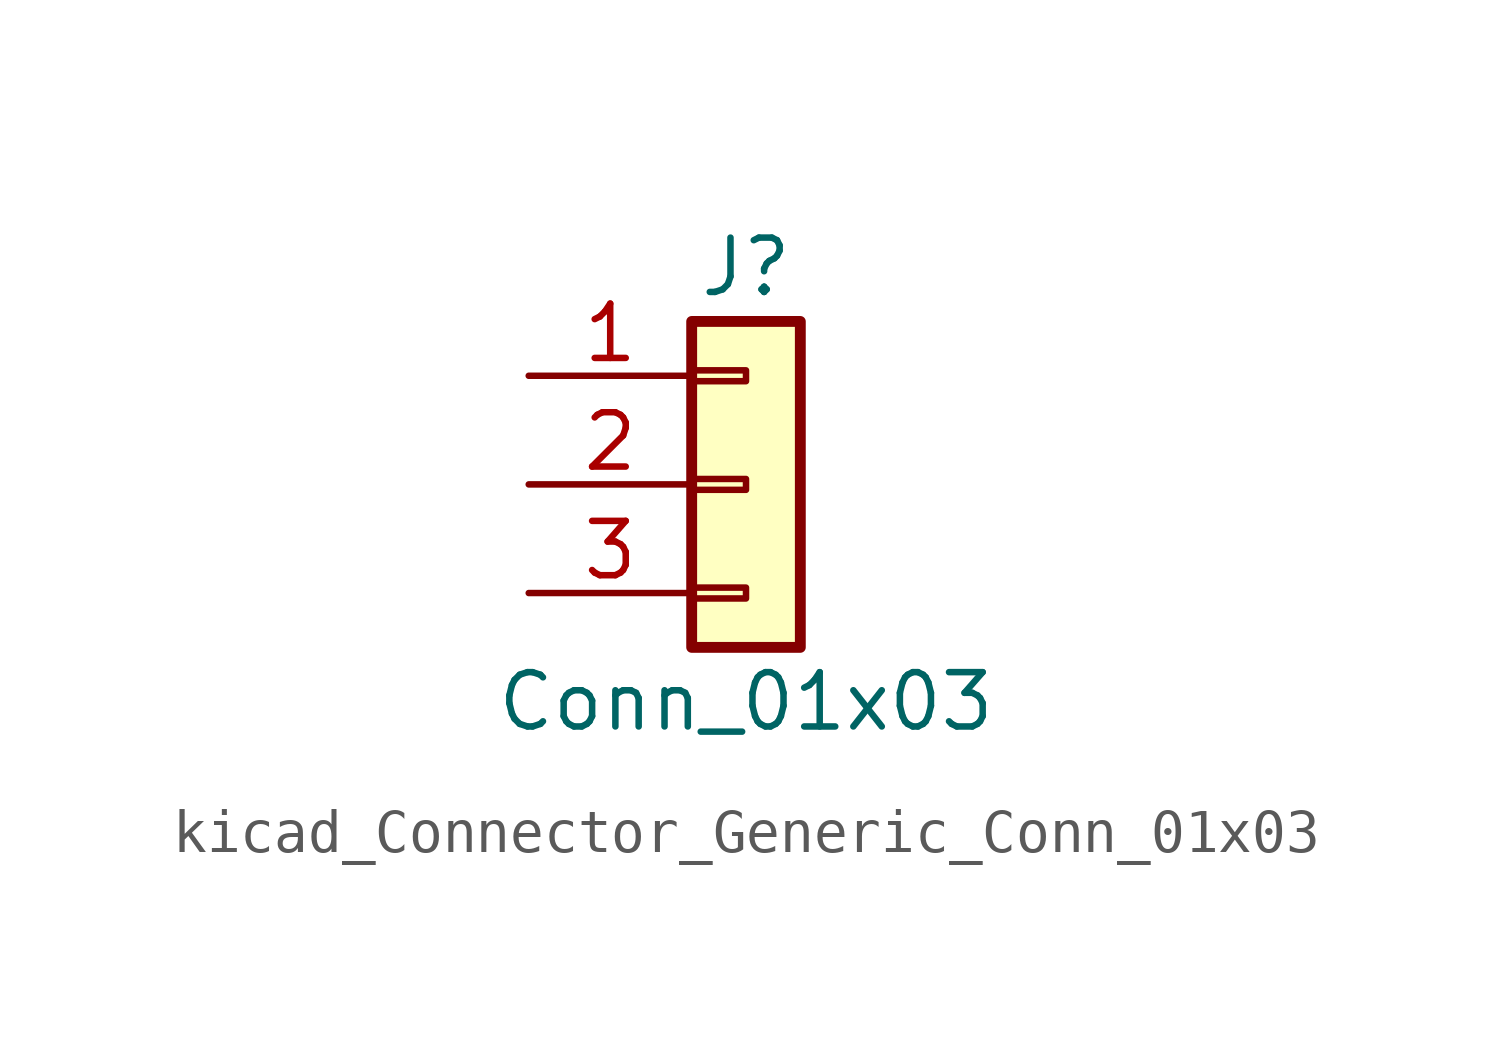
<source format=kicad_sym>
(kicad_symbol_lib
  (version 20220914)
  (generator kicad_symbol_editor)
  (symbol "kicad_Connector_Generic_Conn_01x03"
    (pin_names
      (offset 1.016) hide)
    (property "Reference" "J"
      (at 0 5.08 0)
      (effects (font (size 1.27 1.27))))
    (property "Value" "Conn_01x03"
      (at 0 -5.08 0)
      (effects (font (size 1.27 1.27))))
    (symbol "kicad_Connector_Generic_Conn_01x03_1_1"
      (rectangle (start -1.27 -2.413) (end 0 -2.667) (stroke (width 0.152) (type default)) (fill (type none)))
      (rectangle (start -1.27 0.127) (end 0 -0.127) (stroke (width 0.152) (type default)) (fill (type none)))
      (rectangle (start -1.27 2.667) (end 0 2.413) (stroke (width 0.152) (type default)) (fill (type none)))
      (rectangle (start -1.27 3.81) (end 1.27 -3.81) (stroke (width 0.254) (type default)) (fill (type background)))
      (pin passive line (at -5.08 2.54 0) (length 3.81) (name "Pin_1" (effects (font (size 1.27 1.27)))) (number "1" (effects (font (size 1.27 1.27)))))
      (pin passive line (at -5.08 0 0) (length 3.81) (name "Pin_2" (effects (font (size 1.27 1.27)))) (number "2" (effects (font (size 1.27 1.27)))))
      (pin passive line (at -5.08 -2.54 0) (length 3.81) (name "Pin_3" (effects (font (size 1.27 1.27)))) (number "3" (effects (font (size 1.27 1.27))))))))
</source>
